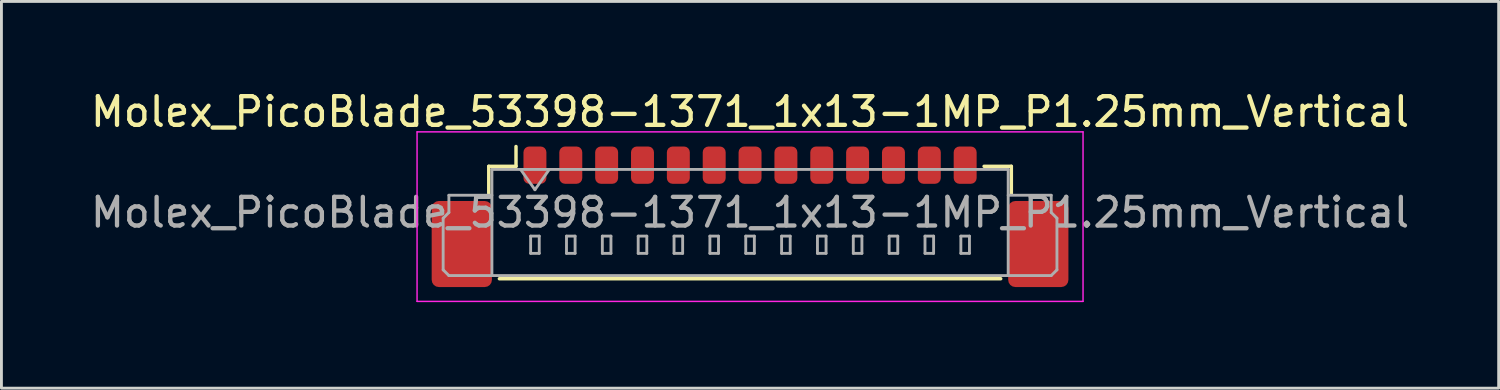
<source format=kicad_pcb>
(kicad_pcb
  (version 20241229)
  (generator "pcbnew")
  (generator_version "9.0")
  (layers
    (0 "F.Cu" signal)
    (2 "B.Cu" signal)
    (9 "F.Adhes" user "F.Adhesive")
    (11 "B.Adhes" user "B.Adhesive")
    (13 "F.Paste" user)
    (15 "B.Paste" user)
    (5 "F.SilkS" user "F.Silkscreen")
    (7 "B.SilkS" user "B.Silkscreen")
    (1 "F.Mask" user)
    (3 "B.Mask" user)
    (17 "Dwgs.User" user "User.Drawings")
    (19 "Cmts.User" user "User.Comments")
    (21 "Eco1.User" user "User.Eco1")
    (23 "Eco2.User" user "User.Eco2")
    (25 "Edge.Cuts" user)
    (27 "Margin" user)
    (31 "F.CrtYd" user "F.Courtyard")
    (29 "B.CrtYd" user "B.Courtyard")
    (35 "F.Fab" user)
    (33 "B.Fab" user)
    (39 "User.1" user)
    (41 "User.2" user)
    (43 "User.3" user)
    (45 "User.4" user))
  (footprint "Molex_PicoBlade_53398-1371_1x13-1MP_P1.25mm_Vertical"
    (layer "F.Cu")
    (at 23.101 3.958)
    (property "Reference" "Molex_PicoBlade_53398-1371_1x13-1MP_P1.25mm_Vertical" (at 0 -3.11 0) (layer "F.SilkS") (effects (font (size 1 1) (thickness 0.15))))
    (attr smd)
    (fp_line (start -9.11 -1.21) (end -8.16 -1.21) (stroke (width 0.12) (type solid)) (layer "F.SilkS"))
    (fp_line (start -9.11 -0.26) (end -9.11 -1.21) (stroke (width 0.12) (type solid)) (layer "F.SilkS"))
    (fp_line (start -8.74 2.71) (end 8.74 2.71) (stroke (width 0.12) (type solid)) (layer "F.SilkS"))
    (fp_line (start -8.16 -1.21) (end -8.16 -1.9) (stroke (width 0.12) (type solid)) (layer "F.SilkS"))
    (fp_line (start 9.11 -1.21) (end 8.16 -1.21) (stroke (width 0.12) (type solid)) (layer "F.SilkS"))
    (fp_line (start 9.11 -0.26) (end 9.11 -1.21) (stroke (width 0.12) (type solid)) (layer "F.SilkS"))
    (fp_line (start -11.61 -2.41) (end -11.61 3.5) (stroke (width 0.05) (type solid)) (layer "F.CrtYd"))
    (fp_line (start -11.61 3.5) (end 11.61 3.5) (stroke (width 0.05) (type solid)) (layer "F.CrtYd"))
    (fp_line (start 11.61 -2.41) (end -11.61 -2.41) (stroke (width 0.05) (type solid)) (layer "F.CrtYd"))
    (fp_line (start 11.61 3.5) (end 11.61 -2.41) (stroke (width 0.05) (type solid)) (layer "F.CrtYd"))
    (fp_line (start -10.7 0.6) (end -10.5 0.4) (stroke (width 0.1) (type solid)) (layer "F.Fab"))
    (fp_line (start -10.7 2.4) (end -10.7 0.6) (stroke (width 0.1) (type solid)) (layer "F.Fab"))
    (fp_line (start -10.5 -0.2) (end -9 -0.2) (stroke (width 0.1) (type solid)) (layer "F.Fab"))
    (fp_line (start -10.5 0.4) (end -10.5 -0.2) (stroke (width 0.1) (type solid)) (layer "F.Fab"))
    (fp_line (start -10.5 2.6) (end -10.7 2.4) (stroke (width 0.1) (type solid)) (layer "F.Fab"))
    (fp_line (start -9 -1.1) (end -9 2.6) (stroke (width 0.1) (type solid)) (layer "F.Fab"))
    (fp_line (start -9 -1.1) (end 9 -1.1) (stroke (width 0.1) (type solid)) (layer "F.Fab"))
    (fp_line (start -9 2.6) (end -10.5 2.6) (stroke (width 0.1) (type solid)) (layer "F.Fab"))
    (fp_line (start -9 2.6) (end 9 2.6) (stroke (width 0.1) (type solid)) (layer "F.Fab"))
    (fp_line (start -8 -1.1) (end -7.5 -0.393) (stroke (width 0.1) (type solid)) (layer "F.Fab"))
    (fp_line (start -7.65 1.225) (end -7.65 1.825) (stroke (width 0.1) (type solid)) (layer "F.Fab"))
    (fp_line (start -7.65 1.825) (end -7.35 1.825) (stroke (width 0.1) (type solid)) (layer "F.Fab"))
    (fp_line (start -7.5 -0.393) (end -7 -1.1) (stroke (width 0.1) (type solid)) (layer "F.Fab"))
    (fp_line (start -7.35 1.225) (end -7.65 1.225) (stroke (width 0.1) (type solid)) (layer "F.Fab"))
    (fp_line (start -7.35 1.825) (end -7.35 1.225) (stroke (width 0.1) (type solid)) (layer "F.Fab"))
    (fp_line (start -6.4 1.225) (end -6.4 1.825) (stroke (width 0.1) (type solid)) (layer "F.Fab"))
    (fp_line (start -6.4 1.825) (end -6.1 1.825) (stroke (width 0.1) (type solid)) (layer "F.Fab"))
    (fp_line (start -6.1 1.225) (end -6.4 1.225) (stroke (width 0.1) (type solid)) (layer "F.Fab"))
    (fp_line (start -6.1 1.825) (end -6.1 1.225) (stroke (width 0.1) (type solid)) (layer "F.Fab"))
    (fp_line (start -5.15 1.225) (end -5.15 1.825) (stroke (width 0.1) (type solid)) (layer "F.Fab"))
    (fp_line (start -5.15 1.825) (end -4.85 1.825) (stroke (width 0.1) (type solid)) (layer "F.Fab"))
    (fp_line (start -4.85 1.225) (end -5.15 1.225) (stroke (width 0.1) (type solid)) (layer "F.Fab"))
    (fp_line (start -4.85 1.825) (end -4.85 1.225) (stroke (width 0.1) (type solid)) (layer "F.Fab"))
    (fp_line (start -3.9 1.225) (end -3.9 1.825) (stroke (width 0.1) (type solid)) (layer "F.Fab"))
    (fp_line (start -3.9 1.825) (end -3.6 1.825) (stroke (width 0.1) (type solid)) (layer "F.Fab"))
    (fp_line (start -3.6 1.225) (end -3.9 1.225) (stroke (width 0.1) (type solid)) (layer "F.Fab"))
    (fp_line (start -3.6 1.825) (end -3.6 1.225) (stroke (width 0.1) (type solid)) (layer "F.Fab"))
    (fp_line (start -2.65 1.225) (end -2.65 1.825) (stroke (width 0.1) (type solid)) (layer "F.Fab"))
    (fp_line (start -2.65 1.825) (end -2.35 1.825) (stroke (width 0.1) (type solid)) (layer "F.Fab"))
    (fp_line (start -2.35 1.225) (end -2.65 1.225) (stroke (width 0.1) (type solid)) (layer "F.Fab"))
    (fp_line (start -2.35 1.825) (end -2.35 1.225) (stroke (width 0.1) (type solid)) (layer "F.Fab"))
    (fp_line (start -1.4 1.225) (end -1.4 1.825) (stroke (width 0.1) (type solid)) (layer "F.Fab"))
    (fp_line (start -1.4 1.825) (end -1.1 1.825) (stroke (width 0.1) (type solid)) (layer "F.Fab"))
    (fp_line (start -1.1 1.225) (end -1.4 1.225) (stroke (width 0.1) (type solid)) (layer "F.Fab"))
    (fp_line (start -1.1 1.825) (end -1.1 1.225) (stroke (width 0.1) (type solid)) (layer "F.Fab"))
    (fp_line (start -0.15 1.225) (end -0.15 1.825) (stroke (width 0.1) (type solid)) (layer "F.Fab"))
    (fp_line (start -0.15 1.825) (end 0.15 1.825) (stroke (width 0.1) (type solid)) (layer "F.Fab"))
    (fp_line (start 0.15 1.225) (end -0.15 1.225) (stroke (width 0.1) (type solid)) (layer "F.Fab"))
    (fp_line (start 0.15 1.825) (end 0.15 1.225) (stroke (width 0.1) (type solid)) (layer "F.Fab"))
    (fp_line (start 1.1 1.225) (end 1.1 1.825) (stroke (width 0.1) (type solid)) (layer "F.Fab"))
    (fp_line (start 1.1 1.825) (end 1.4 1.825) (stroke (width 0.1) (type solid)) (layer "F.Fab"))
    (fp_line (start 1.4 1.225) (end 1.1 1.225) (stroke (width 0.1) (type solid)) (layer "F.Fab"))
    (fp_line (start 1.4 1.825) (end 1.4 1.225) (stroke (width 0.1) (type solid)) (layer "F.Fab"))
    (fp_line (start 2.35 1.225) (end 2.35 1.825) (stroke (width 0.1) (type solid)) (layer "F.Fab"))
    (fp_line (start 2.35 1.825) (end 2.65 1.825) (stroke (width 0.1) (type solid)) (layer "F.Fab"))
    (fp_line (start 2.65 1.225) (end 2.35 1.225) (stroke (width 0.1) (type solid)) (layer "F.Fab"))
    (fp_line (start 2.65 1.825) (end 2.65 1.225) (stroke (width 0.1) (type solid)) (layer "F.Fab"))
    (fp_line (start 3.6 1.225) (end 3.6 1.825) (stroke (width 0.1) (type solid)) (layer "F.Fab"))
    (fp_line (start 3.6 1.825) (end 3.9 1.825) (stroke (width 0.1) (type solid)) (layer "F.Fab"))
    (fp_line (start 3.9 1.225) (end 3.6 1.225) (stroke (width 0.1) (type solid)) (layer "F.Fab"))
    (fp_line (start 3.9 1.825) (end 3.9 1.225) (stroke (width 0.1) (type solid)) (layer "F.Fab"))
    (fp_line (start 4.85 1.225) (end 4.85 1.825) (stroke (width 0.1) (type solid)) (layer "F.Fab"))
    (fp_line (start 4.85 1.825) (end 5.15 1.825) (stroke (width 0.1) (type solid)) (layer "F.Fab"))
    (fp_line (start 5.15 1.225) (end 4.85 1.225) (stroke (width 0.1) (type solid)) (layer "F.Fab"))
    (fp_line (start 5.15 1.825) (end 5.15 1.225) (stroke (width 0.1) (type solid)) (layer "F.Fab"))
    (fp_line (start 6.1 1.225) (end 6.1 1.825) (stroke (width 0.1) (type solid)) (layer "F.Fab"))
    (fp_line (start 6.1 1.825) (end 6.4 1.825) (stroke (width 0.1) (type solid)) (layer "F.Fab"))
    (fp_line (start 6.4 1.225) (end 6.1 1.225) (stroke (width 0.1) (type solid)) (layer "F.Fab"))
    (fp_line (start 6.4 1.825) (end 6.4 1.225) (stroke (width 0.1) (type solid)) (layer "F.Fab"))
    (fp_line (start 7.35 1.225) (end 7.35 1.825) (stroke (width 0.1) (type solid)) (layer "F.Fab"))
    (fp_line (start 7.35 1.825) (end 7.65 1.825) (stroke (width 0.1) (type solid)) (layer "F.Fab"))
    (fp_line (start 7.65 1.225) (end 7.35 1.225) (stroke (width 0.1) (type solid)) (layer "F.Fab"))
    (fp_line (start 7.65 1.825) (end 7.65 1.225) (stroke (width 0.1) (type solid)) (layer "F.Fab"))
    (fp_line (start 9 -1.1) (end 9 2.6) (stroke (width 0.1) (type solid)) (layer "F.Fab"))
    (fp_line (start 9 2.6) (end 10.5 2.6) (stroke (width 0.1) (type solid)) (layer "F.Fab"))
    (fp_line (start 10.5 -0.2) (end 9 -0.2) (stroke (width 0.1) (type solid)) (layer "F.Fab"))
    (fp_line (start 10.5 0.4) (end 10.5 -0.2) (stroke (width 0.1) (type solid)) (layer "F.Fab"))
    (fp_line (start 10.5 2.6) (end 10.7 2.4) (stroke (width 0.1) (type solid)) (layer "F.Fab"))
    (fp_line (start 10.7 0.6) (end 10.5 0.4) (stroke (width 0.1) (type solid)) (layer "F.Fab"))
    (fp_line (start 10.7 2.4) (end 10.7 0.6) (stroke (width 0.1) (type solid)) (layer "F.Fab"))
    (fp_text user "${REFERENCE}" (at 0 0.4 0) (layer "F.Fab") (effects (font (size 1 1) (thickness 0.15))))
    (pad "1" smd roundrect (at -7.5 -1.25) (size 0.8 1.3) (layers "F.Cu" "F.Mask" "F.Paste") (roundrect_rratio 0.25))
    (pad "2" smd roundrect (at -6.25 -1.25) (size 0.8 1.3) (layers "F.Cu" "F.Mask" "F.Paste") (roundrect_rratio 0.25))
    (pad "3" smd roundrect (at -5 -1.25) (size 0.8 1.3) (layers "F.Cu" "F.Mask" "F.Paste") (roundrect_rratio 0.25))
    (pad "4" smd roundrect (at -3.75 -1.25) (size 0.8 1.3) (layers "F.Cu" "F.Mask" "F.Paste") (roundrect_rratio 0.25))
    (pad "5" smd roundrect (at -2.5 -1.25) (size 0.8 1.3) (layers "F.Cu" "F.Mask" "F.Paste") (roundrect_rratio 0.25))
    (pad "6" smd roundrect (at -1.25 -1.25) (size 0.8 1.3) (layers "F.Cu" "F.Mask" "F.Paste") (roundrect_rratio 0.25))
    (pad "7" smd roundrect (at 0 -1.25) (size 0.8 1.3) (layers "F.Cu" "F.Mask" "F.Paste") (roundrect_rratio 0.25))
    (pad "8" smd roundrect (at 1.25 -1.25) (size 0.8 1.3) (layers "F.Cu" "F.Mask" "F.Paste") (roundrect_rratio 0.25))
    (pad "9" smd roundrect (at 2.5 -1.25) (size 0.8 1.3) (layers "F.Cu" "F.Mask" "F.Paste") (roundrect_rratio 0.25))
    (pad "10" smd roundrect (at 3.75 -1.25) (size 0.8 1.3) (layers "F.Cu" "F.Mask" "F.Paste") (roundrect_rratio 0.25))
    (pad "11" smd roundrect (at 5 -1.25) (size 0.8 1.3) (layers "F.Cu" "F.Mask" "F.Paste") (roundrect_rratio 0.25))
    (pad "12" smd roundrect (at 6.25 -1.25) (size 0.8 1.3) (layers "F.Cu" "F.Mask" "F.Paste") (roundrect_rratio 0.25))
    (pad "13" smd roundrect (at 7.5 -1.25) (size 0.8 1.3) (layers "F.Cu" "F.Mask" "F.Paste") (roundrect_rratio 0.25))
    (pad "MP" smd roundrect (at -10.05 1.5) (size 2.1 3) (layers "F.Cu" "F.Mask" "F.Paste") (roundrect_rratio 0.119))
    (pad "MP" smd roundrect (at 10.05 1.5) (size 2.1 3) (layers "F.Cu" "F.Mask" "F.Paste") (roundrect_rratio 0.119)))
  (gr_rect
    (start -3 -3)
    (end 49.202 10.483)
    (stroke (width 0.1) (type default))
    (fill no)
    (layer "Edge.Cuts")))
</source>
